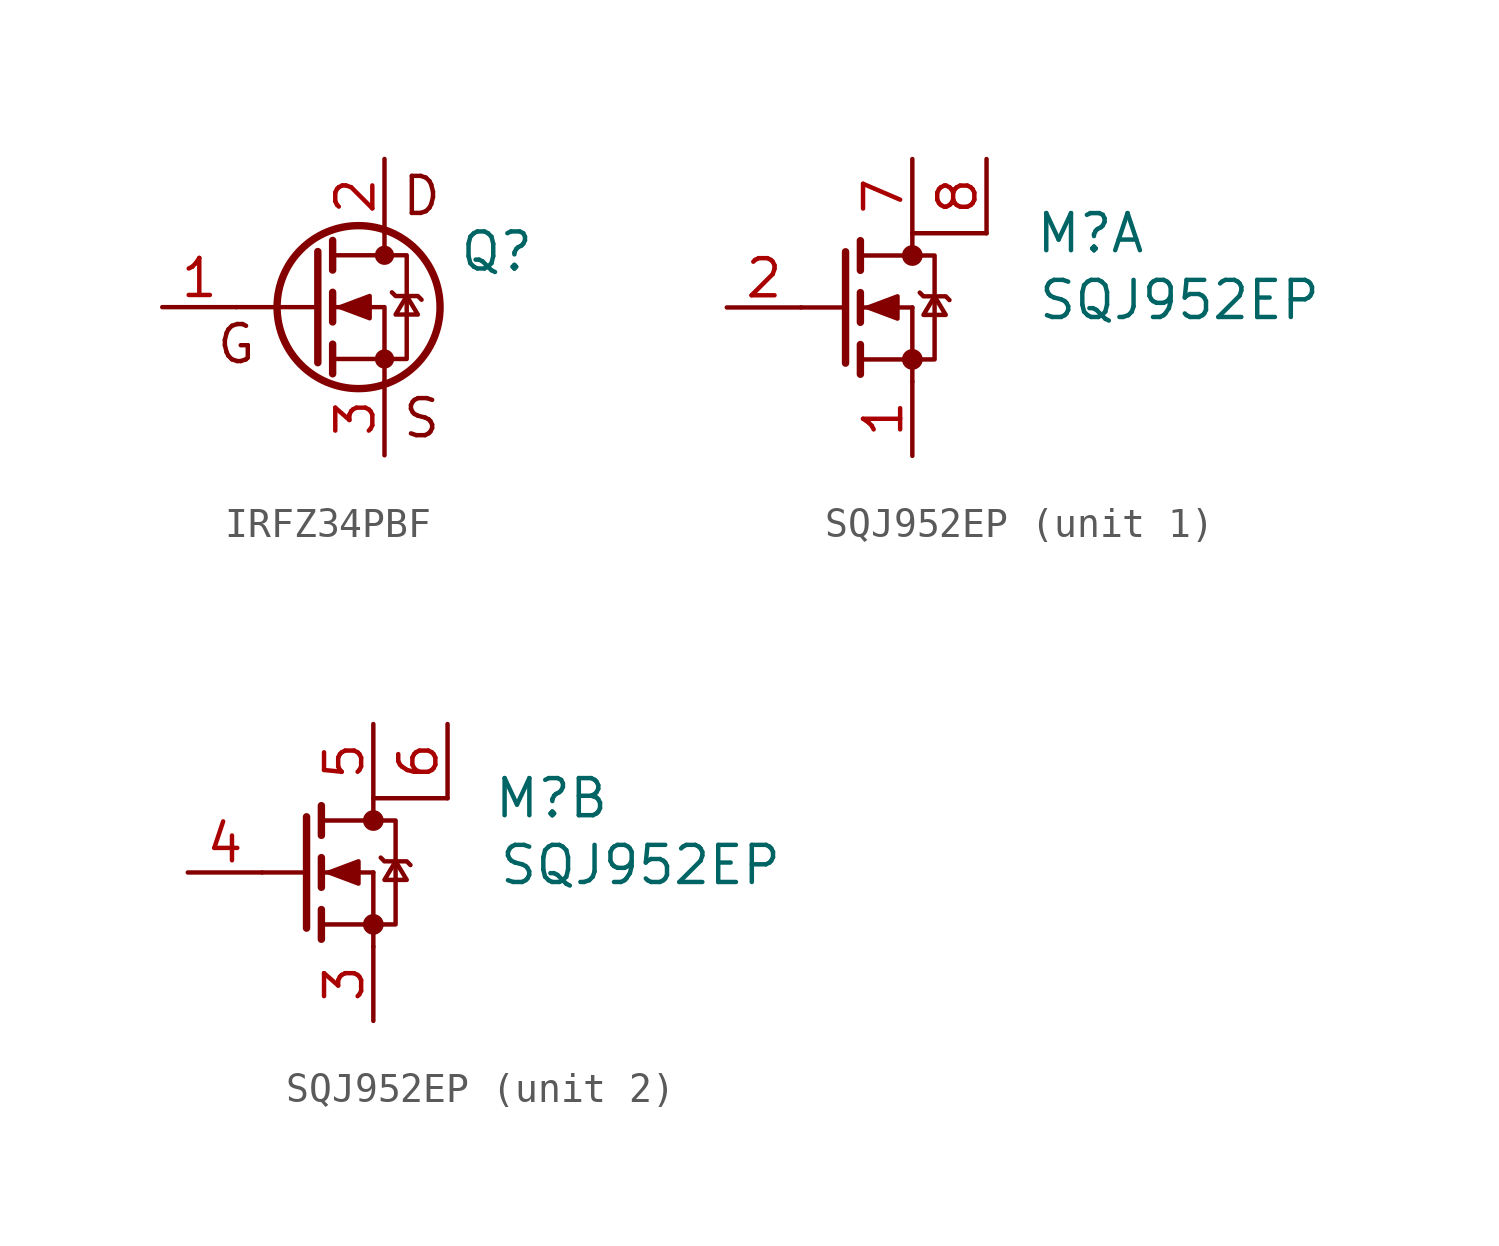
<source format=kicad_sym>
(kicad_symbol_lib
  (version 20211014)
  (generator kicad_symbol_editor)
  (symbol "IRFZ34PBF"
    (pin_names hide)
    (property "Reference" "Q"
      (at 5.08 1.905 0)
      (effects (font (size 1.27 1.27)) (justify left)))
    (symbol "IRFZ34PBF_0_0"
      (text "D" (at 3.81 3.81 0) (effects (font (size 1.27 1.27))))
      (text "G" (at -2.54 -1.27 0) (effects (font (size 1.27 1.27))))
      (text "S" (at 3.81 -3.81 0) (effects (font (size 1.27 1.27)))))
    (symbol "IRFZ34PBF_0_1"
      (polyline (pts (xy 0.254 0) (xy -2.54 0)) (stroke (width 0) (type default) (color 0 0 0 0)) (fill (type none)))
      (polyline (pts (xy 0.254 1.905) (xy 0.254 -1.905)) (stroke (width 0.254) (type default) (color 0 0 0 0)) (fill (type none)))
      (polyline (pts (xy 0.762 -1.27) (xy 0.762 -2.286)) (stroke (width 0.254) (type default) (color 0 0 0 0)) (fill (type none)))
      (polyline (pts (xy 0.762 0.508) (xy 0.762 -0.508)) (stroke (width 0.254) (type default) (color 0 0 0 0)) (fill (type none)))
      (polyline (pts (xy 0.762 2.286) (xy 0.762 1.27)) (stroke (width 0.254) (type default) (color 0 0 0 0)) (fill (type none)))
      (polyline (pts (xy 2.54 2.54) (xy 2.54 1.778)) (stroke (width 0) (type default) (color 0 0 0 0)) (fill (type none)))
      (polyline (pts (xy 2.54 -2.54) (xy 2.54 0) (xy 0.762 0)) (stroke (width 0) (type default) (color 0 0 0 0)) (fill (type none)))
      (polyline (pts (xy 0.762 -1.778) (xy 3.302 -1.778) (xy 3.302 1.778) (xy 0.762 1.778)) (stroke (width 0) (type default) (color 0 0 0 0)) (fill (type none)))
      (polyline (pts (xy 1.016 0) (xy 2.032 0.381) (xy 2.032 -0.381) (xy 1.016 0)) (stroke (width 0) (type default) (color 0 0 0 0)) (fill (type outline)))
      (polyline (pts (xy 2.794 0.508) (xy 2.921 0.381) (xy 3.683 0.381) (xy 3.81 0.254)) (stroke (width 0) (type default) (color 0 0 0 0)) (fill (type none)))
      (polyline (pts (xy 3.302 0.381) (xy 2.921 -0.254) (xy 3.683 -0.254) (xy 3.302 0.381)) (stroke (width 0) (type default) (color 0 0 0 0)) (fill (type none)))
      (circle (center 1.651 0) (radius 2.794) (stroke (width 0.254) (type default) (color 0 0 0 0)) (fill (type none)))
      (circle (center 2.54 -1.778) (radius 0.254) (stroke (width 0) (type default) (color 0 0 0 0)) (fill (type outline)))
      (circle (center 2.54 1.778) (radius 0.254) (stroke (width 0) (type default) (color 0 0 0 0)) (fill (type outline))))
    (symbol "IRFZ34PBF_1_0"
      (pin passive line (at 2.54 5.08 270) (length 2.54) (name "D" (effects (font (size 1.27 1.27)))) (number "2" (effects (font (size 1.27 1.27))))))
    (symbol "IRFZ34PBF_1_1"
      (pin input line (at -5.08 0 0) (length 2.54) (name "G" (effects (font (size 1.27 1.27)))) (number "1" (effects (font (size 1.27 1.27)))))
      (pin passive line (at 2.54 -5.08 90) (length 2.54) (name "S" (effects (font (size 1.27 1.27)))) (number "3" (effects (font (size 1.27 1.27)))))))
  (symbol "SQJ952EP"
    (pin_names
      (offset 0) hide)
    (property "Reference" "M"
      (at 6.096 -5.08 0)
      (effects (font (size 1.27 1.27))))
    (property "Value" "SQJ952EP"
      (at 9.144 -7.366 0)
      (effects (font (size 1.27 1.27))))
    (symbol "SQJ952EP_0_1"
      (polyline (pts (xy 2.54 -5.08) (xy 0 -5.08)) (stroke (width 0) (type default) (color 0 0 0 0)) (fill (type none))))
    (symbol "SQJ952EP_1_1"
      (circle (center 0 -9.398) (radius 0.279) (stroke (width 0) (type default) (color 0 0 0 0)) (fill (type outline)))
      (circle (center 0 -5.842) (radius 0.279) (stroke (width 0) (type default) (color 0 0 0 0)) (fill (type outline)))
      (polyline (pts (xy -3.81 -7.62) (xy -2.286 -7.62)) (stroke (width 0) (type default) (color 0 0 0 0)) (fill (type none)))
      (polyline (pts (xy -1.778 -9.398) (xy 0 -9.398)) (stroke (width 0) (type default) (color 0 0 0 0)) (fill (type none)))
      (polyline (pts (xy -1.778 -8.89) (xy -1.778 -9.906)) (stroke (width 0.254) (type default) (color 0 0 0 0)) (fill (type none)))
      (polyline (pts (xy -1.778 -7.62) (xy 0 -7.62)) (stroke (width 0) (type default) (color 0 0 0 0)) (fill (type none)))
      (polyline (pts (xy -1.778 -7.112) (xy -1.778 -8.128)) (stroke (width 0.254) (type default) (color 0 0 0 0)) (fill (type none)))
      (polyline (pts (xy -1.778 -5.842) (xy 0 -5.842)) (stroke (width 0) (type default) (color 0 0 0 0)) (fill (type none)))
      (polyline (pts (xy -1.778 -5.334) (xy -1.778 -6.35)) (stroke (width 0.254) (type default) (color 0 0 0 0)) (fill (type none)))
      (polyline (pts (xy 0 -9.398) (xy 0 -10.16)) (stroke (width 0) (type default) (color 0 0 0 0)) (fill (type none)))
      (polyline (pts (xy 0 -9.398) (xy 0 -7.62)) (stroke (width 0) (type default) (color 0 0 0 0)) (fill (type none)))
      (polyline (pts (xy 0 -5.08) (xy 0 -5.842)) (stroke (width 0) (type default) (color 0 0 0 0)) (fill (type none)))
      (polyline (pts (xy -2.286 -5.715) (xy -2.286 -9.525) (xy -2.286 -9.525)) (stroke (width 0.254) (type default) (color 0 0 0 0)) (fill (type none)))
      (polyline (pts (xy -1.524 -7.62) (xy -0.508 -7.239) (xy -0.508 -8.001) (xy -1.524 -7.62)) (stroke (width 0) (type default) (color 0 0 0 0)) (fill (type outline)))
      (polyline (pts (xy 0 -9.398) (xy 0.762 -9.398) (xy 0.762 -5.842) (xy 0 -5.842)) (stroke (width 0) (type default) (color 0 0 0 0)) (fill (type none)))
      (polyline (pts (xy 0.254 -7.112) (xy 0.381 -7.239) (xy 1.143 -7.239) (xy 1.27 -7.366)) (stroke (width 0) (type default) (color 0 0 0 0)) (fill (type none)))
      (polyline (pts (xy 0.762 -7.239) (xy 0.381 -7.874) (xy 1.143 -7.874) (xy 0.762 -7.239)) (stroke (width 0) (type default) (color 0 0 0 0)) (fill (type none)))
      (pin passive line (at 0 -12.7 90) (length 2.54) (name "S2" (effects (font (size 1.27 1.27)))) (number "1" (effects (font (size 1.27 1.27)))))
      (pin passive line (at -6.35 -7.62 0) (length 2.54) (name "G2" (effects (font (size 1.27 1.27)))) (number "2" (effects (font (size 1.27 1.27)))))
      (pin passive line (at 0 -2.54 270) (length 2.54) (name "D2" (effects (font (size 1.27 1.27)))) (number "7" (effects (font (size 1.27 1.27)))))
      (pin passive line (at 2.54 -2.54 270) (length 2.54) (name "D2" (effects (font (size 1.27 1.27)))) (number "8" (effects (font (size 1.27 1.27))))))
    (symbol "SQJ952EP_2_1"
      (circle (center 0 -9.398) (radius 0.279) (stroke (width 0) (type default) (color 0 0 0 0)) (fill (type outline)))
      (circle (center 0 -5.842) (radius 0.279) (stroke (width 0) (type default) (color 0 0 0 0)) (fill (type outline)))
      (polyline (pts (xy -3.81 -7.62) (xy -2.286 -7.62)) (stroke (width 0) (type default) (color 0 0 0 0)) (fill (type none)))
      (polyline (pts (xy -1.778 -9.398) (xy 0 -9.398)) (stroke (width 0) (type default) (color 0 0 0 0)) (fill (type none)))
      (polyline (pts (xy -1.778 -8.89) (xy -1.778 -9.906)) (stroke (width 0.254) (type default) (color 0 0 0 0)) (fill (type none)))
      (polyline (pts (xy -1.778 -7.62) (xy 0 -7.62)) (stroke (width 0) (type default) (color 0 0 0 0)) (fill (type none)))
      (polyline (pts (xy -1.778 -7.112) (xy -1.778 -8.128)) (stroke (width 0.254) (type default) (color 0 0 0 0)) (fill (type none)))
      (polyline (pts (xy -1.778 -5.842) (xy 0 -5.842)) (stroke (width 0) (type default) (color 0 0 0 0)) (fill (type none)))
      (polyline (pts (xy -1.778 -5.334) (xy -1.778 -6.35)) (stroke (width 0.254) (type default) (color 0 0 0 0)) (fill (type none)))
      (polyline (pts (xy 0 -9.398) (xy 0 -10.16)) (stroke (width 0) (type default) (color 0 0 0 0)) (fill (type none)))
      (polyline (pts (xy 0 -9.398) (xy 0 -7.62)) (stroke (width 0) (type default) (color 0 0 0 0)) (fill (type none)))
      (polyline (pts (xy 0 -5.08) (xy 0 -5.842)) (stroke (width 0) (type default) (color 0 0 0 0)) (fill (type none)))
      (polyline (pts (xy -2.286 -5.715) (xy -2.286 -9.525) (xy -2.286 -9.525)) (stroke (width 0.254) (type default) (color 0 0 0 0)) (fill (type none)))
      (polyline (pts (xy -1.524 -7.62) (xy -0.508 -7.239) (xy -0.508 -8.001) (xy -1.524 -7.62)) (stroke (width 0) (type default) (color 0 0 0 0)) (fill (type outline)))
      (polyline (pts (xy 0 -9.398) (xy 0.762 -9.398) (xy 0.762 -5.842) (xy 0 -5.842)) (stroke (width 0) (type default) (color 0 0 0 0)) (fill (type none)))
      (polyline (pts (xy 0.254 -7.112) (xy 0.381 -7.239) (xy 1.143 -7.239) (xy 1.27 -7.366)) (stroke (width 0) (type default) (color 0 0 0 0)) (fill (type none)))
      (polyline (pts (xy 0.762 -7.239) (xy 0.381 -7.874) (xy 1.143 -7.874) (xy 0.762 -7.239)) (stroke (width 0) (type default) (color 0 0 0 0)) (fill (type none)))
      (pin passive line (at 0 -12.7 90) (length 2.54) (name "S2" (effects (font (size 1.27 1.27)))) (number "3" (effects (font (size 1.27 1.27)))))
      (pin passive line (at -6.35 -7.62 0) (length 2.54) (name "G2" (effects (font (size 1.27 1.27)))) (number "4" (effects (font (size 1.27 1.27)))))
      (pin passive line (at 0 -2.54 270) (length 2.54) (name "D2" (effects (font (size 1.27 1.27)))) (number "5" (effects (font (size 1.27 1.27)))))
      (pin passive line (at 2.54 -2.54 270) (length 2.54) (name "D2" (effects (font (size 1.27 1.27)))) (number "6" (effects (font (size 1.27 1.27))))))))
</source>
